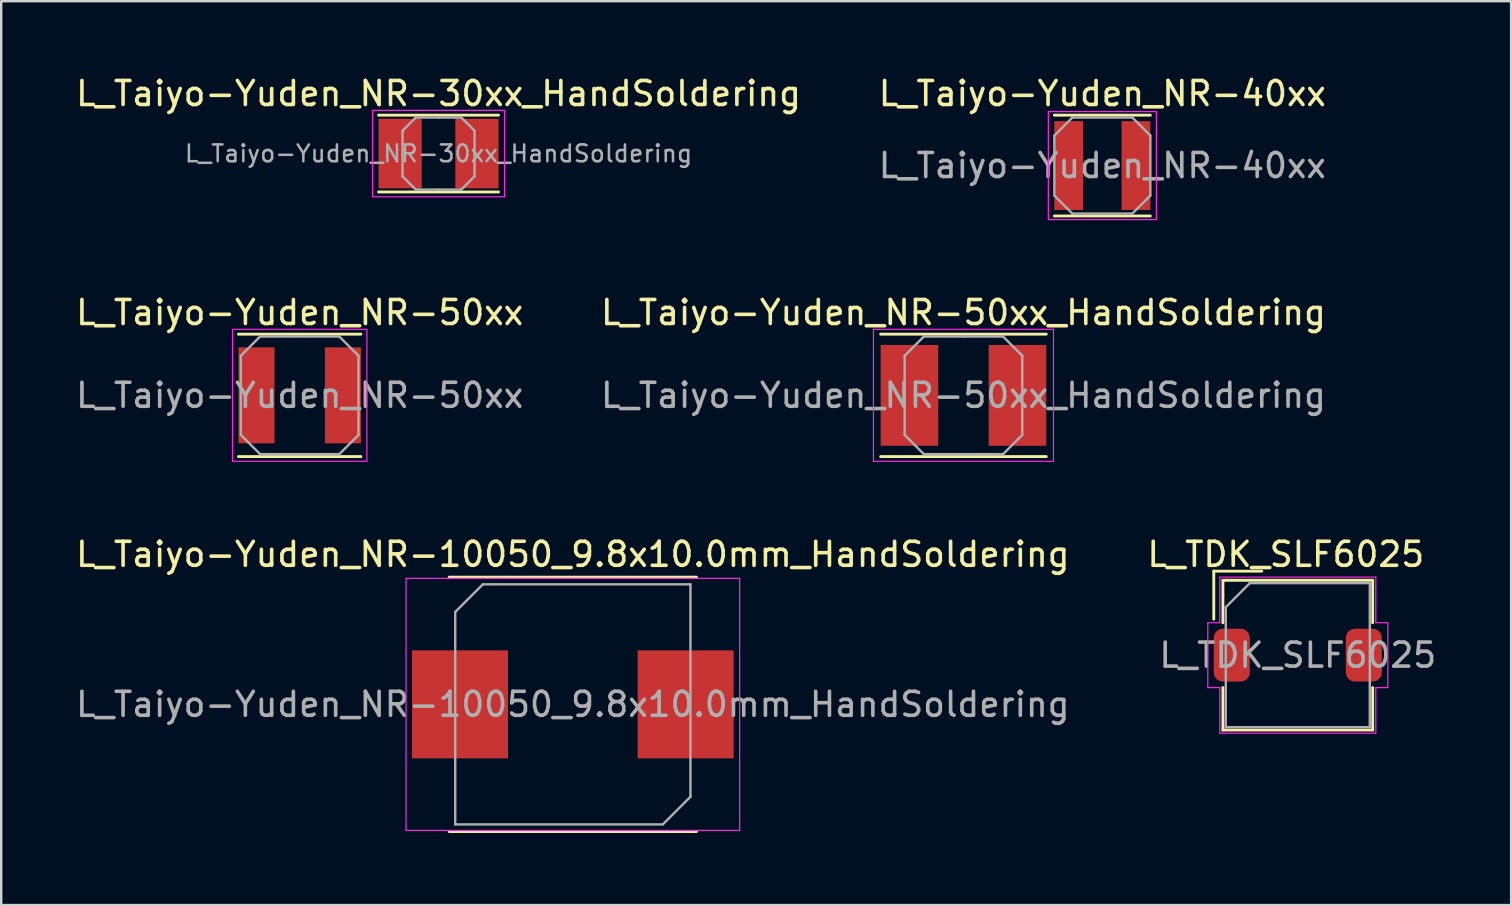
<source format=kicad_pcb>
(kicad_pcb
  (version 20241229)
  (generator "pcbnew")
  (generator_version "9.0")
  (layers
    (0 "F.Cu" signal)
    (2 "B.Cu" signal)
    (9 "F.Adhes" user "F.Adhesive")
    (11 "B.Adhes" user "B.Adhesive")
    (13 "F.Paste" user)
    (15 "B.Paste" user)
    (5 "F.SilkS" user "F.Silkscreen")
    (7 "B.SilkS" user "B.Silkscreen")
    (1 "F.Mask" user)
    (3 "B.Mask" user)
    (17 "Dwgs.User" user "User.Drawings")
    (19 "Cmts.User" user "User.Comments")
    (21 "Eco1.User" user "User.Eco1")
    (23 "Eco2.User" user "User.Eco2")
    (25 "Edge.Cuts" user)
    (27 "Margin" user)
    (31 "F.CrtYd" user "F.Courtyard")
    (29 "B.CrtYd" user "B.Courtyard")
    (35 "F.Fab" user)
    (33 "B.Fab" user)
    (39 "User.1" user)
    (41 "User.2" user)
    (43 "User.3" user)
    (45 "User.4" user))
  (footprint "L_TDK_SLF6025"
    (layer "F.Cu")
    (at 51.018 24.245)
    (property "Reference" "L_TDK_SLF6025" (at -0.5 -4.2 0) (layer "F.SilkS") (effects (font (size 1 1) (thickness 0.15))))
    (attr smd)
    (fp_line (start -3.5 -3.5) (end -1.5 -3.5) (stroke (width 0.12) (type solid)) (layer "F.SilkS"))
    (fp_line (start -3.5 -1.5) (end -3.5 -3.5) (stroke (width 0.12) (type solid)) (layer "F.SilkS"))
    (fp_line (start -3.12 -3.12) (end -3.12 -1.35) (stroke (width 0.12) (type solid)) (layer "F.SilkS"))
    (fp_line (start -3.12 -3.12) (end 3.12 -3.12) (stroke (width 0.12) (type solid)) (layer "F.SilkS"))
    (fp_line (start -3.12 1.35) (end -3.12 3.12) (stroke (width 0.12) (type solid)) (layer "F.SilkS"))
    (fp_line (start -3.12 3.12) (end 3.12 3.12) (stroke (width 0.12) (type solid)) (layer "F.SilkS"))
    (fp_line (start 3.12 -3.12) (end 3.12 -1.35) (stroke (width 0.12) (type solid)) (layer "F.SilkS"))
    (fp_line (start 3.12 1.35) (end 3.12 3.12) (stroke (width 0.12) (type solid)) (layer "F.SilkS"))
    (fp_line (start -3.75 -1.35) (end -3.75 1.35) (stroke (width 0.05) (type solid)) (layer "F.CrtYd"))
    (fp_line (start -3.75 1.35) (end -3.25 1.35) (stroke (width 0.05) (type solid)) (layer "F.CrtYd"))
    (fp_line (start -3.25 -3.25) (end -3.25 -1.35) (stroke (width 0.05) (type solid)) (layer "F.CrtYd"))
    (fp_line (start -3.25 -3.25) (end 3.25 -3.25) (stroke (width 0.05) (type solid)) (layer "F.CrtYd"))
    (fp_line (start -3.25 -1.35) (end -3.75 -1.35) (stroke (width 0.05) (type solid)) (layer "F.CrtYd"))
    (fp_line (start -3.25 1.35) (end -3.25 3.25) (stroke (width 0.05) (type solid)) (layer "F.CrtYd"))
    (fp_line (start -3.25 3.25) (end 3.25 3.25) (stroke (width 0.05) (type solid)) (layer "F.CrtYd"))
    (fp_line (start 3.25 -3.25) (end 3.25 -1.35) (stroke (width 0.05) (type solid)) (layer "F.CrtYd"))
    (fp_line (start 3.25 -1.35) (end 3.75 -1.35) (stroke (width 0.05) (type solid)) (layer "F.CrtYd"))
    (fp_line (start 3.25 1.35) (end 3.25 3.25) (stroke (width 0.05) (type solid)) (layer "F.CrtYd"))
    (fp_line (start 3.75 -1.35) (end 3.75 1.35) (stroke (width 0.05) (type solid)) (layer "F.CrtYd"))
    (fp_line (start 3.75 1.35) (end 3.25 1.35) (stroke (width 0.05) (type solid)) (layer "F.CrtYd"))
    (fp_line (start -3 -2) (end -2 -3) (stroke (width 0.1) (type solid)) (layer "F.Fab"))
    (fp_line (start -3 3) (end -3 -2) (stroke (width 0.1) (type solid)) (layer "F.Fab"))
    (fp_line (start -2 -3) (end 3 -3) (stroke (width 0.1) (type solid)) (layer "F.Fab"))
    (fp_line (start 3 -3) (end 3 3) (stroke (width 0.1) (type solid)) (layer "F.Fab"))
    (fp_line (start 3 3) (end -3 3) (stroke (width 0.1) (type solid)) (layer "F.Fab"))
    (fp_text user "${REFERENCE}" (at 0 0 0) (layer "F.Fab") (effects (font (size 1 1) (thickness 0.15))))
    (pad "1" smd roundrect (at -2.75 0) (size 1.5 2.2) (layers "F.Cu" "F.Mask" "F.Paste") (roundrect_rratio 0.25))
    (pad "2" smd roundrect (at 2.75 0) (size 1.5 2.2) (layers "F.Cu" "F.Mask" "F.Paste") (roundrect_rratio 0.25)))
  (footprint "L_Taiyo-Yuden_NR-50xx"
    (layer "F.Cu")
    (at 9.435 13.421)
    (property "Reference" "L_Taiyo-Yuden_NR-50xx" (at 0 -3.45 0) (layer "F.SilkS") (effects (font (size 1 1) (thickness 0.15))))
    (attr smd)
    (fp_line (start -2.55 -2.55) (end 2.55 -2.55) (stroke (width 0.12) (type solid)) (layer "F.SilkS"))
    (fp_line (start -2.55 2.55) (end 2.55 2.55) (stroke (width 0.12) (type solid)) (layer "F.SilkS"))
    (fp_line (start -2.8 -2.75) (end -2.8 2.75) (stroke (width 0.05) (type solid)) (layer "F.CrtYd"))
    (fp_line (start -2.8 2.75) (end 2.8 2.75) (stroke (width 0.05) (type solid)) (layer "F.CrtYd"))
    (fp_line (start 2.8 -2.75) (end -2.8 -2.75) (stroke (width 0.05) (type solid)) (layer "F.CrtYd"))
    (fp_line (start 2.8 2.75) (end 2.8 -2.75) (stroke (width 0.05) (type solid)) (layer "F.CrtYd"))
    (fp_line (start -2.45 -1.65) (end -1.65 -2.45) (stroke (width 0.1) (type solid)) (layer "F.Fab"))
    (fp_line (start -2.45 1.65) (end -2.45 -1.65) (stroke (width 0.1) (type solid)) (layer "F.Fab"))
    (fp_line (start -2.45 1.65) (end -1.65 2.45) (stroke (width 0.1) (type solid)) (layer "F.Fab"))
    (fp_line (start -1.65 -2.45) (end 1.65 -2.45) (stroke (width 0.1) (type solid)) (layer "F.Fab"))
    (fp_line (start -1.65 2.45) (end 1.65 2.45) (stroke (width 0.1) (type solid)) (layer "F.Fab"))
    (fp_line (start 2.45 -1.65) (end 1.65 -2.45) (stroke (width 0.1) (type solid)) (layer "F.Fab"))
    (fp_line (start 2.45 -1.65) (end 2.45 1.65) (stroke (width 0.1) (type solid)) (layer "F.Fab"))
    (fp_line (start 2.45 1.65) (end 1.65 2.45) (stroke (width 0.1) (type solid)) (layer "F.Fab"))
    (fp_text user "${REFERENCE}" (at 0 0 0) (layer "F.Fab") (effects (font (size 1 1) (thickness 0.15))))
    (pad "1" smd rect (at -1.8 0) (size 1.5 4) (layers "F.Cu" "F.Mask" "F.Paste"))
    (pad "2" smd rect (at 1.8 0) (size 1.5 4) (layers "F.Cu" "F.Mask" "F.Paste")))
  (footprint "L_Taiyo-Yuden_NR-40xx"
    (layer "F.Cu")
    (at 42.875 3.848)
    (property "Reference" "L_Taiyo-Yuden_NR-40xx" (at 0 -3 0) (layer "F.SilkS") (effects (font (size 1 1) (thickness 0.15))))
    (attr smd)
    (fp_line (start -2 -2.1) (end 2 -2.1) (stroke (width 0.12) (type solid)) (layer "F.SilkS"))
    (fp_line (start -2 2.1) (end 2 2.1) (stroke (width 0.12) (type solid)) (layer "F.SilkS"))
    (fp_line (start -2.25 -2.25) (end -2.25 2.25) (stroke (width 0.05) (type solid)) (layer "F.CrtYd"))
    (fp_line (start -2.25 2.25) (end 2.25 2.25) (stroke (width 0.05) (type solid)) (layer "F.CrtYd"))
    (fp_line (start 2.25 -2.25) (end -2.25 -2.25) (stroke (width 0.05) (type solid)) (layer "F.CrtYd"))
    (fp_line (start 2.25 2.25) (end 2.25 -2.25) (stroke (width 0.05) (type solid)) (layer "F.CrtYd"))
    (fp_line (start -2 -1.25) (end -1.25 -2) (stroke (width 0.1) (type solid)) (layer "F.Fab"))
    (fp_line (start -2 1.25) (end -2 -1.25) (stroke (width 0.1) (type solid)) (layer "F.Fab"))
    (fp_line (start -2 1.25) (end -1.25 2) (stroke (width 0.1) (type solid)) (layer "F.Fab"))
    (fp_line (start -1.25 -2) (end 1.25 -2) (stroke (width 0.1) (type solid)) (layer "F.Fab"))
    (fp_line (start -1.25 2) (end 1.25 2) (stroke (width 0.1) (type solid)) (layer "F.Fab"))
    (fp_line (start 2 -1.25) (end 1.25 -2) (stroke (width 0.1) (type solid)) (layer "F.Fab"))
    (fp_line (start 2 -1.25) (end 2 1.25) (stroke (width 0.1) (type solid)) (layer "F.Fab"))
    (fp_line (start 2 1.25) (end 1.25 2) (stroke (width 0.1) (type solid)) (layer "F.Fab"))
    (fp_text user "${REFERENCE}" (at 0 0 0) (layer "F.Fab") (effects (font (size 1 1) (thickness 0.15))))
    (pad "1" smd rect (at -1.4 0) (size 1.2 3.7) (layers "F.Cu" "F.Mask" "F.Paste"))
    (pad "2" smd rect (at 1.4 0) (size 1.2 3.7) (layers "F.Cu" "F.Mask" "F.Paste")))
  (footprint "L_Taiyo-Yuden_NR-10050_9.8x10.0mm_HandSoldering"
    (layer "F.Cu")
    (at 20.815 26.295)
    (property "Reference" "L_Taiyo-Yuden_NR-10050_9.8x10.0mm_HandSoldering" (at 0 -6.25 0) (layer "F.SilkS") (effects (font (size 1 1) (thickness 0.15))))
    (attr smd)
    (fp_line (start -5.15 -5.3) (end 5.15 -5.3) (stroke (width 0.12) (type solid)) (layer "F.SilkS"))
    (fp_line (start -5.15 5.3) (end 5.15 5.3) (stroke (width 0.12) (type solid)) (layer "F.SilkS"))
    (fp_line (start -6.95 -5.25) (end -6.95 5.25) (stroke (width 0.05) (type solid)) (layer "F.CrtYd"))
    (fp_line (start -6.95 5.25) (end 6.95 5.25) (stroke (width 0.05) (type solid)) (layer "F.CrtYd"))
    (fp_line (start 6.95 -5.25) (end -6.95 -5.25) (stroke (width 0.05) (type solid)) (layer "F.CrtYd"))
    (fp_line (start 6.95 5.25) (end 6.95 -5.25) (stroke (width 0.05) (type solid)) (layer "F.CrtYd"))
    (fp_line (start -4.9 -3.85) (end -4.9 5) (stroke (width 0.1) (type solid)) (layer "F.Fab"))
    (fp_line (start -4.9 -3.85) (end -3.75 -5) (stroke (width 0.1) (type solid)) (layer "F.Fab"))
    (fp_line (start -4.9 5) (end 3.75 5) (stroke (width 0.1) (type solid)) (layer "F.Fab"))
    (fp_line (start 3.75 5) (end 4.9 3.85) (stroke (width 0.1) (type solid)) (layer "F.Fab"))
    (fp_line (start 4.9 -5) (end -3.75 -5) (stroke (width 0.1) (type solid)) (layer "F.Fab"))
    (fp_line (start 4.9 3.85) (end 4.9 -5) (stroke (width 0.1) (type solid)) (layer "F.Fab"))
    (fp_text user "${REFERENCE}" (at 0 0 0) (layer "F.Fab") (effects (font (size 1 1) (thickness 0.15))))
    (pad "1" smd rect (at -4.7 0) (size 4 4.5) (layers "F.Cu" "F.Mask" "F.Paste"))
    (pad "2" smd rect (at 4.7 0) (size 4 4.5) (layers "F.Cu" "F.Mask" "F.Paste")))
  (footprint "L_Taiyo-Yuden_NR-30xx_HandSoldering"
    (layer "F.Cu")
    (at 15.22 3.348)
    (property "Reference" "L_Taiyo-Yuden_NR-30xx_HandSoldering" (at 0 -2.5 0) (layer "F.SilkS") (effects (font (size 1 1) (thickness 0.15))))
    (attr smd)
    (fp_line (start -2.5 -1.6) (end 2.5 -1.6) (stroke (width 0.12) (type solid)) (layer "F.SilkS"))
    (fp_line (start -2.5 1.6) (end 2.5 1.6) (stroke (width 0.12) (type solid)) (layer "F.SilkS"))
    (fp_line (start -2.75 -1.8) (end -2.75 1.8) (stroke (width 0.05) (type solid)) (layer "F.CrtYd"))
    (fp_line (start -2.75 1.8) (end 2.75 1.8) (stroke (width 0.05) (type solid)) (layer "F.CrtYd"))
    (fp_line (start 2.75 -1.8) (end -2.75 -1.8) (stroke (width 0.05) (type solid)) (layer "F.CrtYd"))
    (fp_line (start 2.75 1.8) (end 2.75 -1.8) (stroke (width 0.05) (type solid)) (layer "F.CrtYd"))
    (fp_line (start -1.5 -0.95) (end -0.95 -1.5) (stroke (width 0.1) (type solid)) (layer "F.Fab"))
    (fp_line (start -1.5 0) (end -1.5 -0.95) (stroke (width 0.1) (type solid)) (layer "F.Fab"))
    (fp_line (start -1.5 0) (end -1.5 0.95) (stroke (width 0.1) (type solid)) (layer "F.Fab"))
    (fp_line (start -1.5 0.95) (end -0.95 1.5) (stroke (width 0.1) (type solid)) (layer "F.Fab"))
    (fp_line (start -0.95 -1.5) (end 0 -1.5) (stroke (width 0.1) (type solid)) (layer "F.Fab"))
    (fp_line (start -0.95 1.5) (end 0 1.5) (stroke (width 0.1) (type solid)) (layer "F.Fab"))
    (fp_line (start 0.95 -1.5) (end 0 -1.5) (stroke (width 0.1) (type solid)) (layer "F.Fab"))
    (fp_line (start 0.95 1.5) (end 0 1.5) (stroke (width 0.1) (type solid)) (layer "F.Fab"))
    (fp_line (start 1.5 -0.95) (end 0.95 -1.5) (stroke (width 0.1) (type solid)) (layer "F.Fab"))
    (fp_line (start 1.5 0) (end 1.5 -0.95) (stroke (width 0.1) (type solid)) (layer "F.Fab"))
    (fp_line (start 1.5 0) (end 1.5 0.95) (stroke (width 0.1) (type solid)) (layer "F.Fab"))
    (fp_line (start 1.5 0.95) (end 0.95 1.5) (stroke (width 0.1) (type solid)) (layer "F.Fab"))
    (fp_text user "${REFERENCE}" (at 0 0 0) (layer "F.Fab") (effects (font (size 0.7 0.7) (thickness 0.105))))
    (pad "1" smd rect (at -1.6 0) (size 1.8 2.9) (layers "F.Cu" "F.Mask" "F.Paste"))
    (pad "2" smd rect (at 1.6 0) (size 1.8 2.9) (layers "F.Cu" "F.Mask" "F.Paste")))
  (footprint "L_Taiyo-Yuden_NR-50xx_HandSoldering"
    (layer "F.Cu")
    (at 37.089 13.421)
    (property "Reference" "L_Taiyo-Yuden_NR-50xx_HandSoldering" (at 0 -3.45 0) (layer "F.SilkS") (effects (font (size 1 1) (thickness 0.15))))
    (attr smd)
    (fp_line (start -3.45 -2.55) (end 3.45 -2.55) (stroke (width 0.12) (type solid)) (layer "F.SilkS"))
    (fp_line (start -3.45 2.55) (end 3.45 2.55) (stroke (width 0.12) (type solid)) (layer "F.SilkS"))
    (fp_line (start -3.75 -2.75) (end -3.75 2.75) (stroke (width 0.05) (type solid)) (layer "F.CrtYd"))
    (fp_line (start -3.75 2.75) (end 3.75 2.75) (stroke (width 0.05) (type solid)) (layer "F.CrtYd"))
    (fp_line (start 3.75 -2.75) (end -3.75 -2.75) (stroke (width 0.05) (type solid)) (layer "F.CrtYd"))
    (fp_line (start 3.75 2.75) (end 3.75 -2.75) (stroke (width 0.05) (type solid)) (layer "F.CrtYd"))
    (fp_line (start -2.45 -1.65) (end -1.65 -2.45) (stroke (width 0.1) (type solid)) (layer "F.Fab"))
    (fp_line (start -2.45 0) (end -2.45 -1.65) (stroke (width 0.1) (type solid)) (layer "F.Fab"))
    (fp_line (start -2.45 0) (end -2.45 1.65) (stroke (width 0.1) (type solid)) (layer "F.Fab"))
    (fp_line (start -2.45 1.65) (end -1.65 2.45) (stroke (width 0.1) (type solid)) (layer "F.Fab"))
    (fp_line (start -1.65 -2.45) (end 0 -2.45) (stroke (width 0.1) (type solid)) (layer "F.Fab"))
    (fp_line (start -1.65 2.45) (end 0 2.45) (stroke (width 0.1) (type solid)) (layer "F.Fab"))
    (fp_line (start 1.65 -2.45) (end 0 -2.45) (stroke (width 0.1) (type solid)) (layer "F.Fab"))
    (fp_line (start 1.65 2.45) (end 0 2.45) (stroke (width 0.1) (type solid)) (layer "F.Fab"))
    (fp_line (start 2.45 -1.65) (end 1.65 -2.45) (stroke (width 0.1) (type solid)) (layer "F.Fab"))
    (fp_line (start 2.45 0) (end 2.45 -1.65) (stroke (width 0.1) (type solid)) (layer "F.Fab"))
    (fp_line (start 2.45 0) (end 2.45 1.65) (stroke (width 0.1) (type solid)) (layer "F.Fab"))
    (fp_line (start 2.45 1.65) (end 1.65 2.45) (stroke (width 0.1) (type solid)) (layer "F.Fab"))
    (fp_text user "${REFERENCE}" (at 0 0 0) (layer "F.Fab") (effects (font (size 1 1) (thickness 0.15))))
    (pad "1" smd rect (at -2.25 0) (size 2.4 4.2) (layers "F.Cu" "F.Mask" "F.Paste"))
    (pad "2" smd rect (at 2.25 0) (size 2.4 4.2) (layers "F.Cu" "F.Mask" "F.Paste")))
  (gr_rect
    (start -3 -3)
    (end 59.905 34.655)
    (stroke (width 0.1) (type default))
    (fill no)
    (layer "Edge.Cuts")))
</source>
